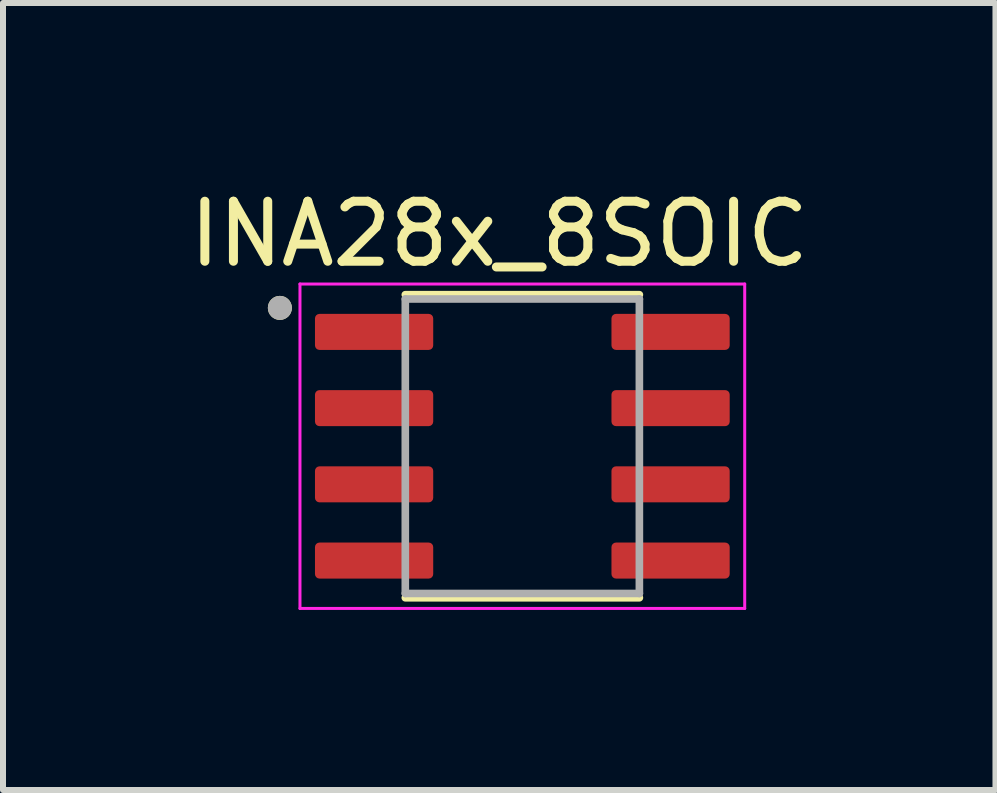
<source format=kicad_pcb>
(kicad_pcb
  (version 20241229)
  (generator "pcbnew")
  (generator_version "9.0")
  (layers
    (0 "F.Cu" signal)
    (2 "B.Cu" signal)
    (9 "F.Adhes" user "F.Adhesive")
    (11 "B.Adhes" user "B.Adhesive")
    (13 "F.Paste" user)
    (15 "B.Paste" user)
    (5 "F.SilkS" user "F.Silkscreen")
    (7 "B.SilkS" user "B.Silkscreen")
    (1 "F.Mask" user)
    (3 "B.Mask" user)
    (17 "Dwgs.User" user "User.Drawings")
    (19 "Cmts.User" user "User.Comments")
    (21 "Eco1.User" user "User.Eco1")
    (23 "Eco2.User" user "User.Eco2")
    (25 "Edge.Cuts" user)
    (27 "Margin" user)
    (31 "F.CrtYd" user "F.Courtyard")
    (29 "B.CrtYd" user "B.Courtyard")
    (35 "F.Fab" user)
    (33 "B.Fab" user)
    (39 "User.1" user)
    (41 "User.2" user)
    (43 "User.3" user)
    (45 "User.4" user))
  (footprint "INA28x_8SOIC"
    (layer "F.Cu")
    (at 5.653 4.385)
    (property "Reference" "INA28x_8SOIC" (at -0.385 -3.537 0) (layer "F.SilkS") (effects (font (size 1 1) (thickness 0.15))))
    (attr smd)
    (fp_line (start -1.95 -2.525) (end 1.95 -2.525) (stroke (width 0.127) (type solid)) (layer "F.SilkS"))
    (fp_line (start -1.95 2.525) (end 1.95 2.525) (stroke (width 0.127) (type solid)) (layer "F.SilkS"))
    (fp_circle (center -4.04 -2.305) (end -3.94 -2.305) (stroke (width 0.2) (type solid)) (fill no) (layer "F.SilkS"))
    (fp_line (start -3.705 -2.703) (end -3.705 2.703) (stroke (width 0.05) (type solid)) (layer "F.CrtYd"))
    (fp_line (start -3.705 -2.703) (end 3.705 -2.703) (stroke (width 0.05) (type solid)) (layer "F.CrtYd"))
    (fp_line (start -3.705 2.703) (end 3.705 2.703) (stroke (width 0.05) (type solid)) (layer "F.CrtYd"))
    (fp_line (start 3.705 -2.703) (end 3.705 2.703) (stroke (width 0.05) (type solid)) (layer "F.CrtYd"))
    (fp_line (start -1.95 -2.453) (end -1.95 2.453) (stroke (width 0.127) (type solid)) (layer "F.Fab"))
    (fp_line (start -1.95 -2.453) (end 1.95 -2.453) (stroke (width 0.127) (type solid)) (layer "F.Fab"))
    (fp_line (start -1.95 2.453) (end 1.95 2.453) (stroke (width 0.127) (type solid)) (layer "F.Fab"))
    (fp_line (start 1.95 -2.453) (end 1.95 2.453) (stroke (width 0.127) (type solid)) (layer "F.Fab"))
    (fp_circle (center -4.04 -2.305) (end -3.94 -2.305) (stroke (width 0.2) (type solid)) (fill no) (layer "F.Fab"))
    (pad "1" smd roundrect (at -2.47 -1.905) (size 1.97 0.6) (layers "F.Cu" "F.Mask" "F.Paste") (roundrect_rratio 0.125))
    (pad "2" smd roundrect (at -2.47 -0.635) (size 1.97 0.6) (layers "F.Cu" "F.Mask" "F.Paste") (roundrect_rratio 0.125))
    (pad "3" smd roundrect (at -2.47 0.635) (size 1.97 0.6) (layers "F.Cu" "F.Mask" "F.Paste") (roundrect_rratio 0.125))
    (pad "4" smd roundrect (at -2.47 1.905) (size 1.97 0.6) (layers "F.Cu" "F.Mask" "F.Paste") (roundrect_rratio 0.125))
    (pad "5" smd roundrect (at 2.47 1.905) (size 1.97 0.6) (layers "F.Cu" "F.Mask" "F.Paste") (roundrect_rratio 0.125))
    (pad "6" smd roundrect (at 2.47 0.635) (size 1.97 0.6) (layers "F.Cu" "F.Mask" "F.Paste") (roundrect_rratio 0.125))
    (pad "7" smd roundrect (at 2.47 -0.635) (size 1.97 0.6) (layers "F.Cu" "F.Mask" "F.Paste") (roundrect_rratio 0.125))
    (pad "8" smd roundrect (at 2.47 -1.905) (size 1.97 0.6) (layers "F.Cu" "F.Mask" "F.Paste") (roundrect_rratio 0.125)))
  (gr_rect
    (start -3 -3)
    (end 13.536 10.113)
    (stroke (width 0.1) (type default))
    (fill no)
    (layer "Edge.Cuts")))
</source>
